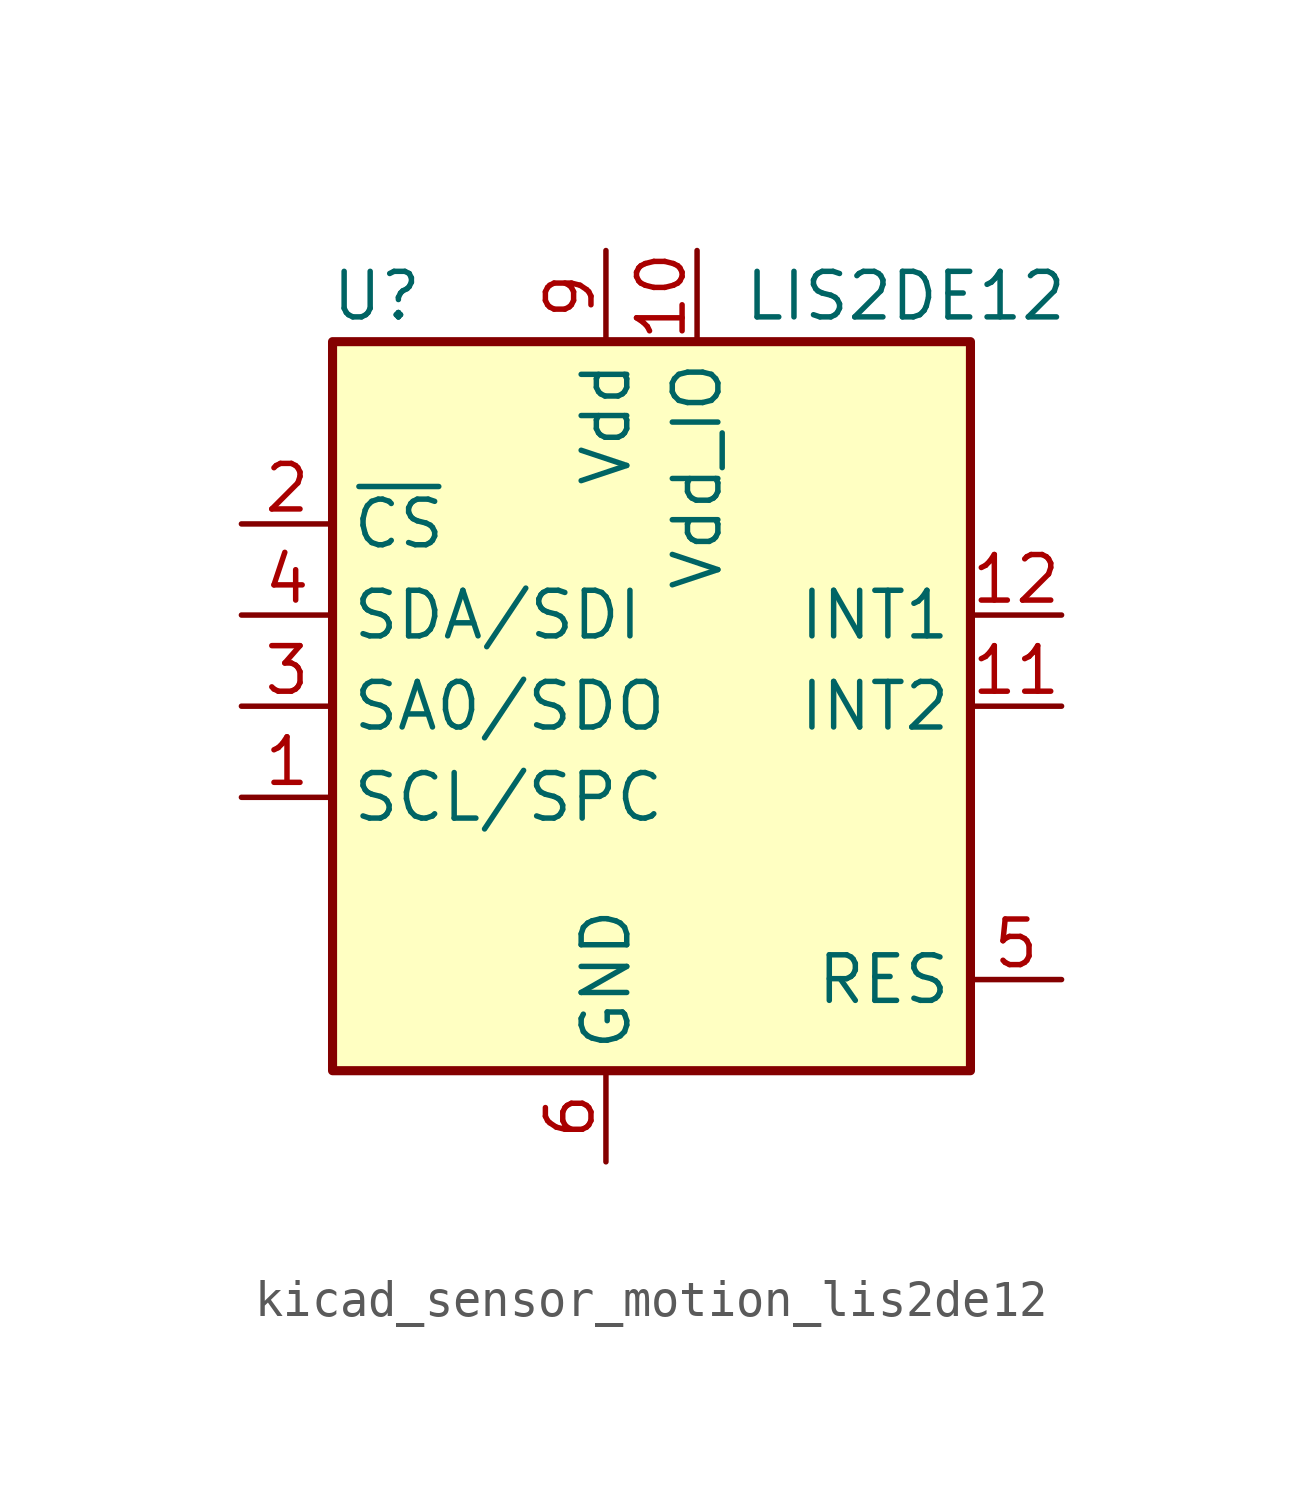
<source format=kicad_sym>
(kicad_symbol_lib
  (version 20220914)
  (generator kicad_symbol_editor)
  (symbol "kicad_sensor_motion_lis2de12"
    (property "Reference" "U"
      (at -5.08 11.43 0)
      (effects (font (size 1.27 1.27)) (justify right)))
    (property "Value" "LIS2DE12"
      (at 3.81 11.43 0)
      (effects (font (size 1.27 1.27)) (justify left)))
    (symbol "kicad_sensor_motion_lis2de12_0_1"
      (rectangle (start -7.62 10.16) (end 10.16 -10.16) (stroke (width 0.254) (type default)) (fill (type background))))
    (symbol "kicad_sensor_motion_lis2de12_1_1"
      (pin input line (at -10.16 -2.54 0) (length 2.54) (name "SCL/SPC" (effects (font (size 1.27 1.27)))) (number "1" (effects (font (size 1.27 1.27)))))
      (pin power_in line (at 2.54 12.7 270) (length 2.54) (name "Vdd_IO" (effects (font (size 1.27 1.27)))) (number "10" (effects (font (size 1.27 1.27)))))
      (pin output line (at 12.7 0 180) (length 2.54) (name "INT2" (effects (font (size 1.27 1.27)))) (number "11" (effects (font (size 1.27 1.27)))))
      (pin output line (at 12.7 2.54 180) (length 2.54) (name "INT1" (effects (font (size 1.27 1.27)))) (number "12" (effects (font (size 1.27 1.27)))))
      (pin input line (at -10.16 5.08 0) (length 2.54) (name "~{CS}" (effects (font (size 1.27 1.27)))) (number "2" (effects (font (size 1.27 1.27)))))
      (pin bidirectional line (at -10.16 0 0) (length 2.54) (name "SA0/SDO" (effects (font (size 1.27 1.27)))) (number "3" (effects (font (size 1.27 1.27)))))
      (pin bidirectional line (at -10.16 2.54 0) (length 2.54) (name "SDA/SDI" (effects (font (size 1.27 1.27)))) (number "4" (effects (font (size 1.27 1.27)))))
      (pin passive line (at 12.7 -7.62 180) (length 2.54) (name "RES" (effects (font (size 1.27 1.27)))) (number "5" (effects (font (size 1.27 1.27)))))
      (pin power_in line (at 0 -12.7 90) (length 2.54) (name "GND" (effects (font (size 1.27 1.27)))) (number "6" (effects (font (size 1.27 1.27)))))
      (pin passive line (at 0 -12.7 90) (length 2.54) hide (name "GND" (effects (font (size 1.27 1.27)))) (number "7" (effects (font (size 1.27 1.27)))))
      (pin passive line (at 0 -12.7 90) (length 2.54) hide (name "GND" (effects (font (size 1.27 1.27)))) (number "8" (effects (font (size 1.27 1.27)))))
      (pin power_in line (at 0 12.7 270) (length 2.54) (name "Vdd" (effects (font (size 1.27 1.27)))) (number "9" (effects (font (size 1.27 1.27))))))))
</source>
